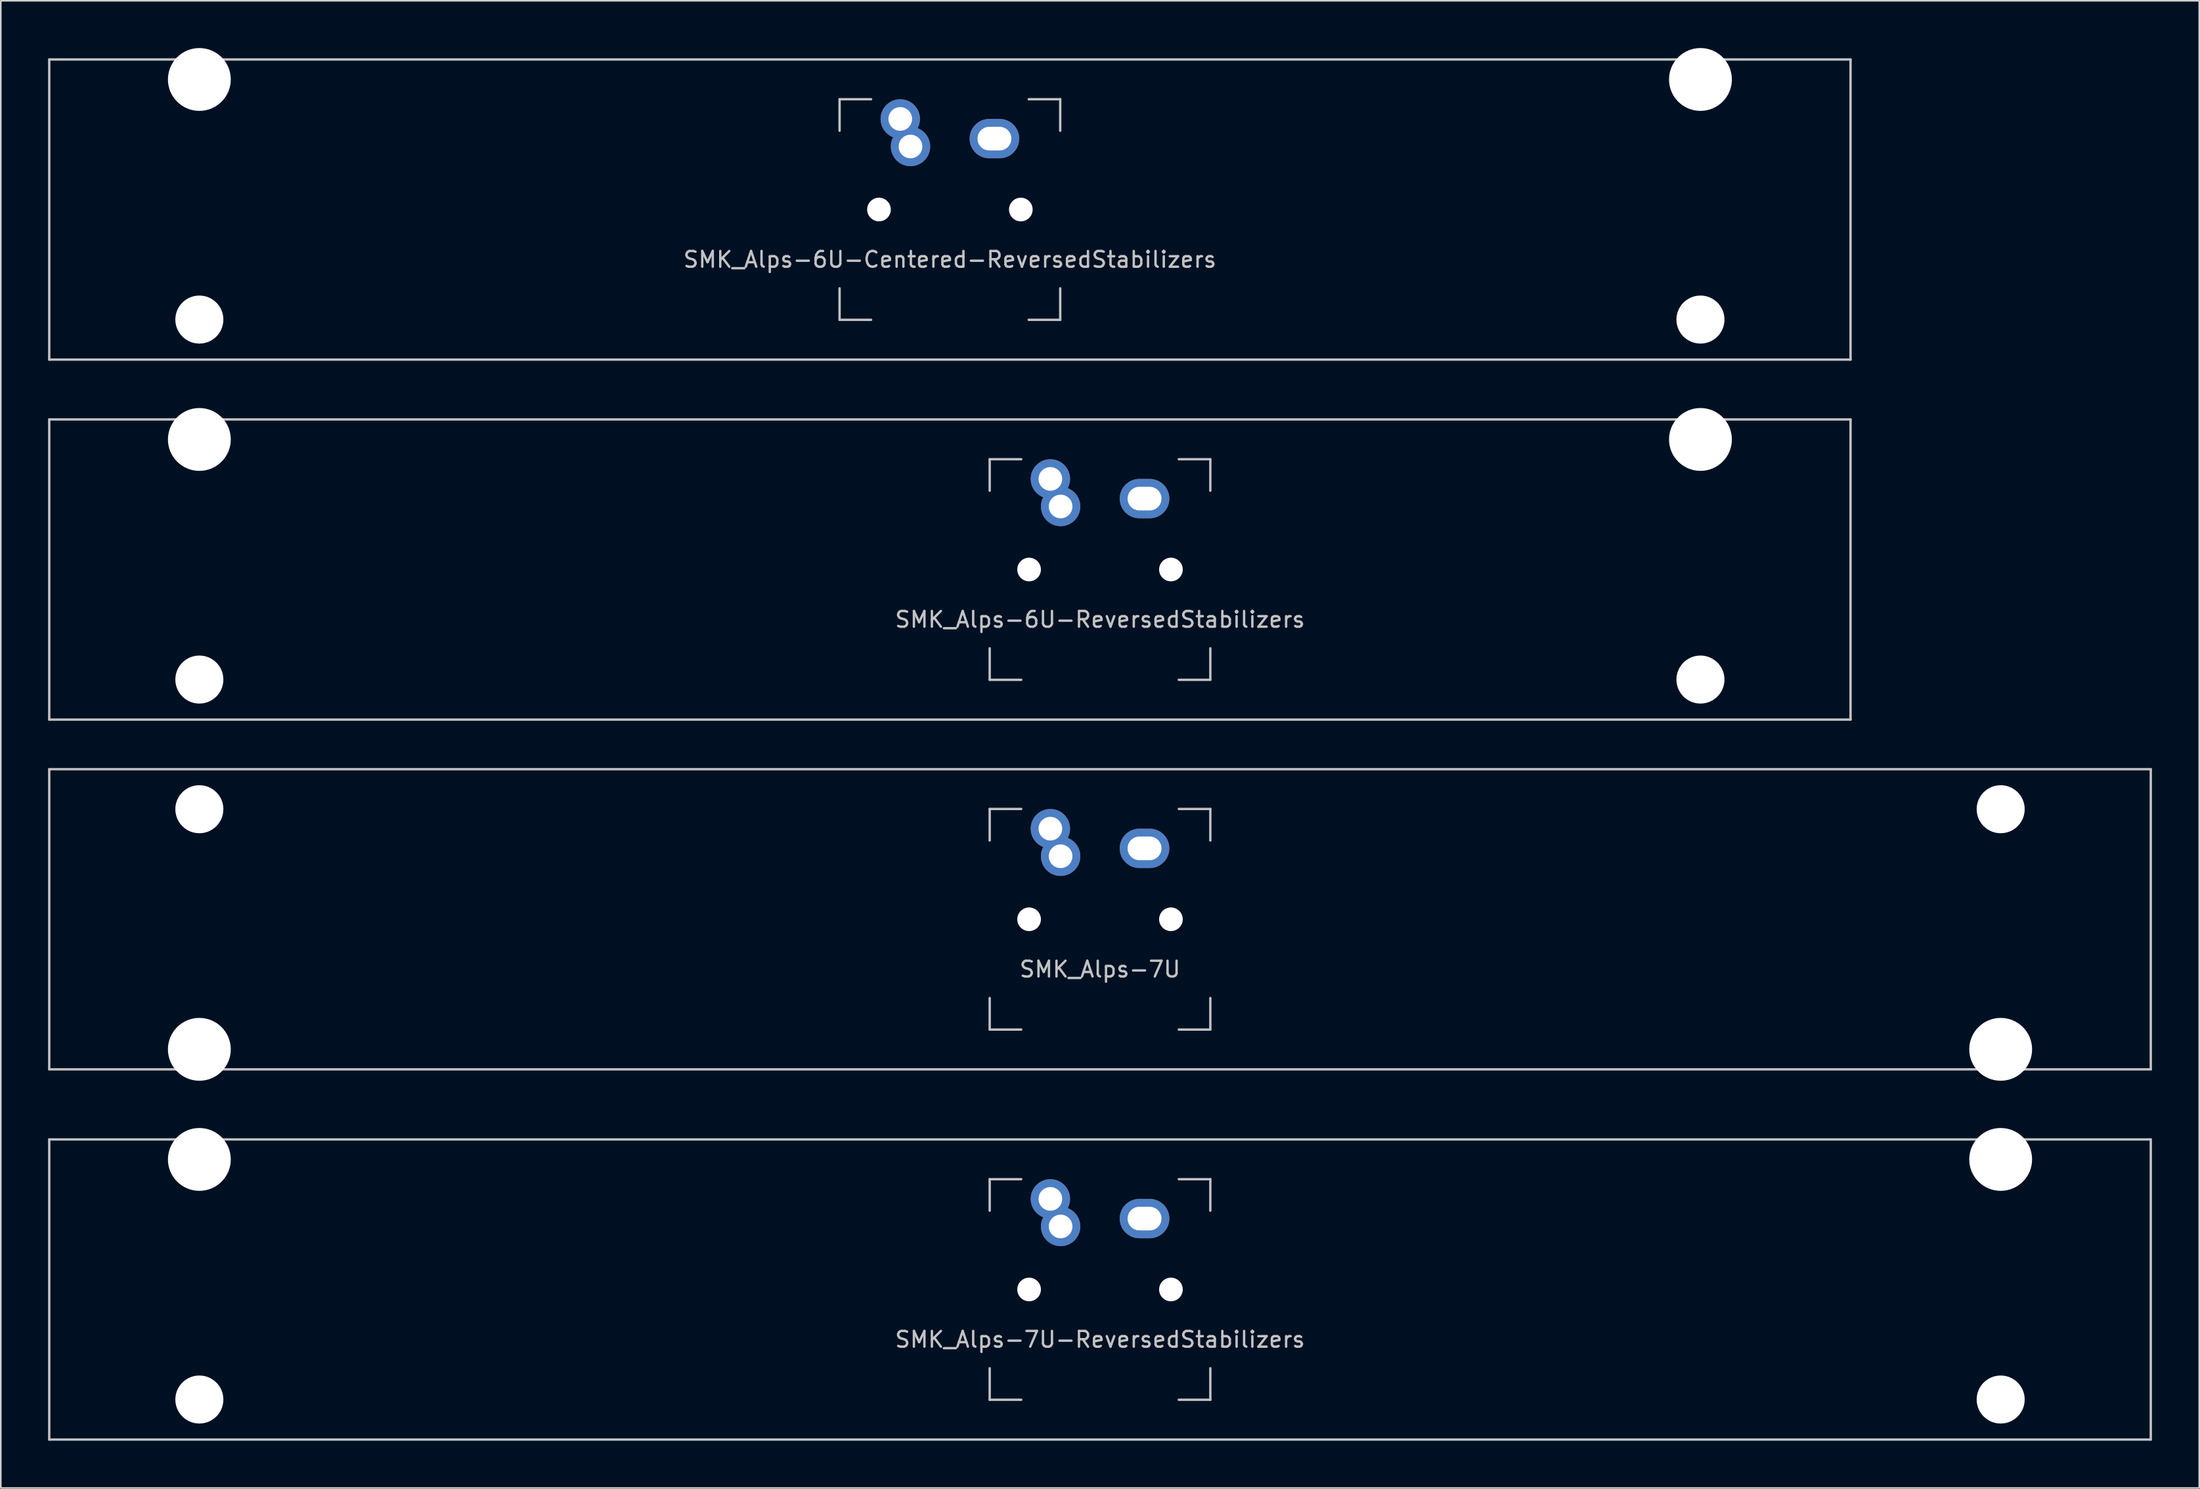
<source format=kicad_pcb>
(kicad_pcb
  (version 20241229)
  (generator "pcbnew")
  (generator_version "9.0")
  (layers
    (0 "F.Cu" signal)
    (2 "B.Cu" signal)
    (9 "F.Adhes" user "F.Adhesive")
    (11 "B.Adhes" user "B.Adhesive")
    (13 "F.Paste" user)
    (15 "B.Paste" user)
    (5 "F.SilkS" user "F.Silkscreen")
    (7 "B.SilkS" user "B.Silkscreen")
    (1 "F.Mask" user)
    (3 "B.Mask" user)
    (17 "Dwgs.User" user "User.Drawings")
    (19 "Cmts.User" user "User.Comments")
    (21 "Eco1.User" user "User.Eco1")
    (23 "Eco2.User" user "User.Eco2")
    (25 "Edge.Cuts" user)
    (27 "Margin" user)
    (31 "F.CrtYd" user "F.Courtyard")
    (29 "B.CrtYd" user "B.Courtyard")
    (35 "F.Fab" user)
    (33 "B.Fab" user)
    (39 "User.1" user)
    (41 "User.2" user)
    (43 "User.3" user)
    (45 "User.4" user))
  (footprint "SMK_Alps-7U"
    (layer "F.Cu")
    (at 66.75 55.298)
    (property "Reference" "SMK_Alps-7U" (at 0 3.175 0) (layer "Dwgs.User") (effects (font (size 1 1) (thickness 0.15))))
    (attr through_hole)
    (fp_line (start -66.675 -9.525) (end 66.675 -9.525) (stroke (width 0.15) (type solid)) (layer "Dwgs.User"))
    (fp_line (start -66.675 9.525) (end -66.675 -9.525) (stroke (width 0.15) (type solid)) (layer "Dwgs.User"))
    (fp_line (start -66.675 9.525) (end 66.675 9.525) (stroke (width 0.15) (type solid)) (layer "Dwgs.User"))
    (fp_line (start -7 -7) (end -7 -5) (stroke (width 0.15) (type solid)) (layer "Dwgs.User"))
    (fp_line (start -7 5) (end -7 7) (stroke (width 0.15) (type solid)) (layer "Dwgs.User"))
    (fp_line (start -7 7) (end -5 7) (stroke (width 0.15) (type solid)) (layer "Dwgs.User"))
    (fp_line (start -5 -7) (end -7 -7) (stroke (width 0.15) (type solid)) (layer "Dwgs.User"))
    (fp_line (start 5 -7) (end 7 -7) (stroke (width 0.15) (type solid)) (layer "Dwgs.User"))
    (fp_line (start 5 7) (end 7 7) (stroke (width 0.15) (type solid)) (layer "Dwgs.User"))
    (fp_line (start 7 -7) (end 7 -5) (stroke (width 0.15) (type solid)) (layer "Dwgs.User"))
    (fp_line (start 7 7) (end 7 5) (stroke (width 0.15) (type solid)) (layer "Dwgs.User"))
    (fp_line (start 66.675 -9.525) (end 66.675 9.525) (stroke (width 0.15) (type solid)) (layer "Dwgs.User"))
    (pad "" np_thru_hole circle (at -57.15 -6.985) (size 3.048 3.048) (drill 3.048) (layers "*.Cu" "*.Mask"))
    (pad "" np_thru_hole circle (at -57.15 8.255) (size 3.988 3.988) (drill 3.988) (layers "*.Cu" "*.Mask"))
    (pad "" np_thru_hole circle (at -4.5 0 330.95) (size 1.5 1.5) (drill 1.5) (layers "*.Cu" "*.Mask"))
    (pad "" np_thru_hole circle (at 4.5 0 330.95) (size 1.5 1.5) (drill 1.5) (layers "*.Cu" "*.Mask"))
    (pad "" np_thru_hole circle (at 57.15 -6.985) (size 3.048 3.048) (drill 3.048) (layers "*.Cu" "*.Mask"))
    (pad "" np_thru_hole circle (at 57.15 8.255) (size 3.988 3.988) (drill 3.988) (layers "*.Cu" "*.Mask"))
    (pad "SW1" thru_hole circle (at -3.15 -5.75) (size 2.5 2.5) (drill 1.5) (layers "*.Cu" "*.Mask"))
    (pad "SW1" thru_hole circle (at -2.5 -4 330.95) (size 2.5 2.5) (drill 1.5) (layers "*.Cu" "*.Mask"))
    (pad "SW2" thru_hole oval (at 2.825 -4.5) (size 3.15 2.5) (drill oval 2.15 1.5) (layers "*.Cu" "*.Mask")))
  (footprint "SMK_Alps-7U-ReversedStabilizers"
    (layer "F.Cu")
    (at 66.75 78.796)
    (property "Reference" "SMK_Alps-7U-ReversedStabilizers" (at 0 3.175 0) (layer "Dwgs.User") (effects (font (size 1 1) (thickness 0.15))))
    (attr through_hole)
    (fp_line (start -66.675 -9.525) (end 66.675 -9.525) (stroke (width 0.15) (type solid)) (layer "Dwgs.User"))
    (fp_line (start -66.675 9.525) (end -66.675 -9.525) (stroke (width 0.15) (type solid)) (layer "Dwgs.User"))
    (fp_line (start -66.675 9.525) (end 66.675 9.525) (stroke (width 0.15) (type solid)) (layer "Dwgs.User"))
    (fp_line (start -7 -7) (end -7 -5) (stroke (width 0.15) (type solid)) (layer "Dwgs.User"))
    (fp_line (start -7 5) (end -7 7) (stroke (width 0.15) (type solid)) (layer "Dwgs.User"))
    (fp_line (start -7 7) (end -5 7) (stroke (width 0.15) (type solid)) (layer "Dwgs.User"))
    (fp_line (start -5 -7) (end -7 -7) (stroke (width 0.15) (type solid)) (layer "Dwgs.User"))
    (fp_line (start 5 -7) (end 7 -7) (stroke (width 0.15) (type solid)) (layer "Dwgs.User"))
    (fp_line (start 5 7) (end 7 7) (stroke (width 0.15) (type solid)) (layer "Dwgs.User"))
    (fp_line (start 7 -7) (end 7 -5) (stroke (width 0.15) (type solid)) (layer "Dwgs.User"))
    (fp_line (start 7 7) (end 7 5) (stroke (width 0.15) (type solid)) (layer "Dwgs.User"))
    (fp_line (start 66.675 -9.525) (end 66.675 9.525) (stroke (width 0.15) (type solid)) (layer "Dwgs.User"))
    (pad "" np_thru_hole circle (at -57.15 -8.255) (size 3.988 3.988) (drill 3.988) (layers "*.Cu" "*.Mask"))
    (pad "" np_thru_hole circle (at -57.15 6.985) (size 3.048 3.048) (drill 3.048) (layers "*.Cu" "*.Mask"))
    (pad "" np_thru_hole circle (at -4.5 0 330.95) (size 1.5 1.5) (drill 1.5) (layers "*.Cu" "*.Mask"))
    (pad "" np_thru_hole circle (at 4.5 0 330.95) (size 1.5 1.5) (drill 1.5) (layers "*.Cu" "*.Mask"))
    (pad "" np_thru_hole circle (at 57.15 -8.255) (size 3.988 3.988) (drill 3.988) (layers "*.Cu" "*.Mask"))
    (pad "" np_thru_hole circle (at 57.15 6.985) (size 3.048 3.048) (drill 3.048) (layers "*.Cu" "*.Mask"))
    (pad "SW1" thru_hole circle (at -3.15 -5.75) (size 2.5 2.5) (drill 1.5) (layers "*.Cu" "*.Mask"))
    (pad "SW1" thru_hole circle (at -2.5 -4 330.95) (size 2.5 2.5) (drill 1.5) (layers "*.Cu" "*.Mask"))
    (pad "SW2" thru_hole oval (at 2.825 -4.5) (size 3.15 2.5) (drill oval 2.15 1.5) (layers "*.Cu" "*.Mask")))
  (footprint "SMK_Alps-6U-Centered-ReversedStabilizers"
    (layer "F.Cu")
    (at 57.225 10.249)
    (property "Reference" "SMK_Alps-6U-Centered-ReversedStabilizers" (at 0 3.175 0) (layer "Dwgs.User") (effects (font (size 1 1) (thickness 0.15))))
    (attr through_hole)
    (fp_line (start -57.15 -9.525) (end 57.15 -9.525) (stroke (width 0.15) (type solid)) (layer "Dwgs.User"))
    (fp_line (start -57.15 9.525) (end -57.15 -9.525) (stroke (width 0.15) (type solid)) (layer "Dwgs.User"))
    (fp_line (start -57.15 9.525) (end 57.15 9.525) (stroke (width 0.15) (type solid)) (layer "Dwgs.User"))
    (fp_line (start -7 -7) (end -7 -5) (stroke (width 0.15) (type solid)) (layer "Dwgs.User"))
    (fp_line (start -7 5) (end -7 7) (stroke (width 0.15) (type solid)) (layer "Dwgs.User"))
    (fp_line (start -7 7) (end -5 7) (stroke (width 0.15) (type solid)) (layer "Dwgs.User"))
    (fp_line (start -5 -7) (end -7 -7) (stroke (width 0.15) (type solid)) (layer "Dwgs.User"))
    (fp_line (start 5 -7) (end 7 -7) (stroke (width 0.15) (type solid)) (layer "Dwgs.User"))
    (fp_line (start 5 7) (end 7 7) (stroke (width 0.15) (type solid)) (layer "Dwgs.User"))
    (fp_line (start 7 -7) (end 7 -5) (stroke (width 0.15) (type solid)) (layer "Dwgs.User"))
    (fp_line (start 7 7) (end 7 5) (stroke (width 0.15) (type solid)) (layer "Dwgs.User"))
    (fp_line (start 57.15 -9.525) (end 57.15 9.525) (stroke (width 0.15) (type solid)) (layer "Dwgs.User"))
    (pad "" np_thru_hole circle (at -47.625 -8.255) (size 3.988 3.988) (drill 3.988) (layers "*.Cu" "*.Mask"))
    (pad "" np_thru_hole circle (at -47.625 6.985) (size 3.048 3.048) (drill 3.048) (layers "*.Cu" "*.Mask"))
    (pad "" np_thru_hole circle (at -4.5 0 330.95) (size 1.5 1.5) (drill 1.5) (layers "*.Cu" "*.Mask"))
    (pad "" np_thru_hole circle (at 4.5 0 330.95) (size 1.5 1.5) (drill 1.5) (layers "*.Cu" "*.Mask"))
    (pad "" np_thru_hole circle (at 47.625 -8.255) (size 3.988 3.988) (drill 3.988) (layers "*.Cu" "*.Mask"))
    (pad "" np_thru_hole circle (at 47.625 6.985) (size 3.048 3.048) (drill 3.048) (layers "*.Cu" "*.Mask"))
    (pad "SW1" thru_hole circle (at -3.15 -5.75) (size 2.5 2.5) (drill 1.5) (layers "*.Cu" "*.Mask"))
    (pad "SW1" thru_hole circle (at -2.5 -4 330.95) (size 2.5 2.5) (drill 1.5) (layers "*.Cu" "*.Mask"))
    (pad "SW2" thru_hole oval (at 2.825 -4.5) (size 3.15 2.5) (drill oval 2.15 1.5) (layers "*.Cu" "*.Mask")))
  (footprint "SMK_Alps-6U-ReversedStabilizers"
    (layer "F.Cu")
    (at 57.225 33.098)
    (property "Reference" "SMK_Alps-6U-ReversedStabilizers" (at 9.525 3.175 0) (layer "Dwgs.User") (effects (font (size 1 1) (thickness 0.15))))
    (attr through_hole)
    (fp_line (start -57.15 -9.525) (end 57.15 -9.525) (stroke (width 0.15) (type solid)) (layer "Dwgs.User"))
    (fp_line (start -57.15 9.525) (end -57.15 -9.525) (stroke (width 0.15) (type solid)) (layer "Dwgs.User"))
    (fp_line (start -57.15 9.525) (end 57.15 9.525) (stroke (width 0.15) (type solid)) (layer "Dwgs.User"))
    (fp_line (start 2.525 -7) (end 2.525 -5) (stroke (width 0.15) (type solid)) (layer "Dwgs.User"))
    (fp_line (start 2.525 5) (end 2.525 7) (stroke (width 0.15) (type solid)) (layer "Dwgs.User"))
    (fp_line (start 2.525 7) (end 4.525 7) (stroke (width 0.15) (type solid)) (layer "Dwgs.User"))
    (fp_line (start 4.525 -7) (end 2.525 -7) (stroke (width 0.15) (type solid)) (layer "Dwgs.User"))
    (fp_line (start 14.525 -7) (end 16.525 -7) (stroke (width 0.15) (type solid)) (layer "Dwgs.User"))
    (fp_line (start 14.525 7) (end 16.525 7) (stroke (width 0.15) (type solid)) (layer "Dwgs.User"))
    (fp_line (start 16.525 -7) (end 16.525 -5) (stroke (width 0.15) (type solid)) (layer "Dwgs.User"))
    (fp_line (start 16.525 7) (end 16.525 5) (stroke (width 0.15) (type solid)) (layer "Dwgs.User"))
    (fp_line (start 57.15 -9.525) (end 57.15 9.525) (stroke (width 0.15) (type solid)) (layer "Dwgs.User"))
    (pad "" np_thru_hole circle (at -47.625 -8.255) (size 3.988 3.988) (drill 3.988) (layers "*.Cu" "*.Mask"))
    (pad "" np_thru_hole circle (at -47.625 6.985) (size 3.048 3.048) (drill 3.048) (layers "*.Cu" "*.Mask"))
    (pad "" np_thru_hole circle (at 5.025 0 330.95) (size 1.5 1.5) (drill 1.5) (layers "*.Cu" "*.Mask"))
    (pad "" np_thru_hole circle (at 14.025 0 330.95) (size 1.5 1.5) (drill 1.5) (layers "*.Cu" "*.Mask"))
    (pad "" np_thru_hole circle (at 47.625 -8.255) (size 3.988 3.988) (drill 3.988) (layers "*.Cu" "*.Mask"))
    (pad "" np_thru_hole circle (at 47.625 6.985) (size 3.048 3.048) (drill 3.048) (layers "*.Cu" "*.Mask"))
    (pad "SW1" thru_hole circle (at 6.375 -5.75) (size 2.5 2.5) (drill 1.5) (layers "*.Cu" "*.Mask"))
    (pad "SW1" thru_hole circle (at 7.025 -4 330.95) (size 2.5 2.5) (drill 1.5) (layers "*.Cu" "*.Mask"))
    (pad "SW2" thru_hole oval (at 12.35 -4.5) (size 3.15 2.5) (drill oval 2.15 1.5) (layers "*.Cu" "*.Mask")))
  (gr_rect
    (start -3 -3)
    (end 136.5 91.396)
    (stroke (width 0.1) (type default))
    (fill no)
    (layer "Edge.Cuts")))
</source>
